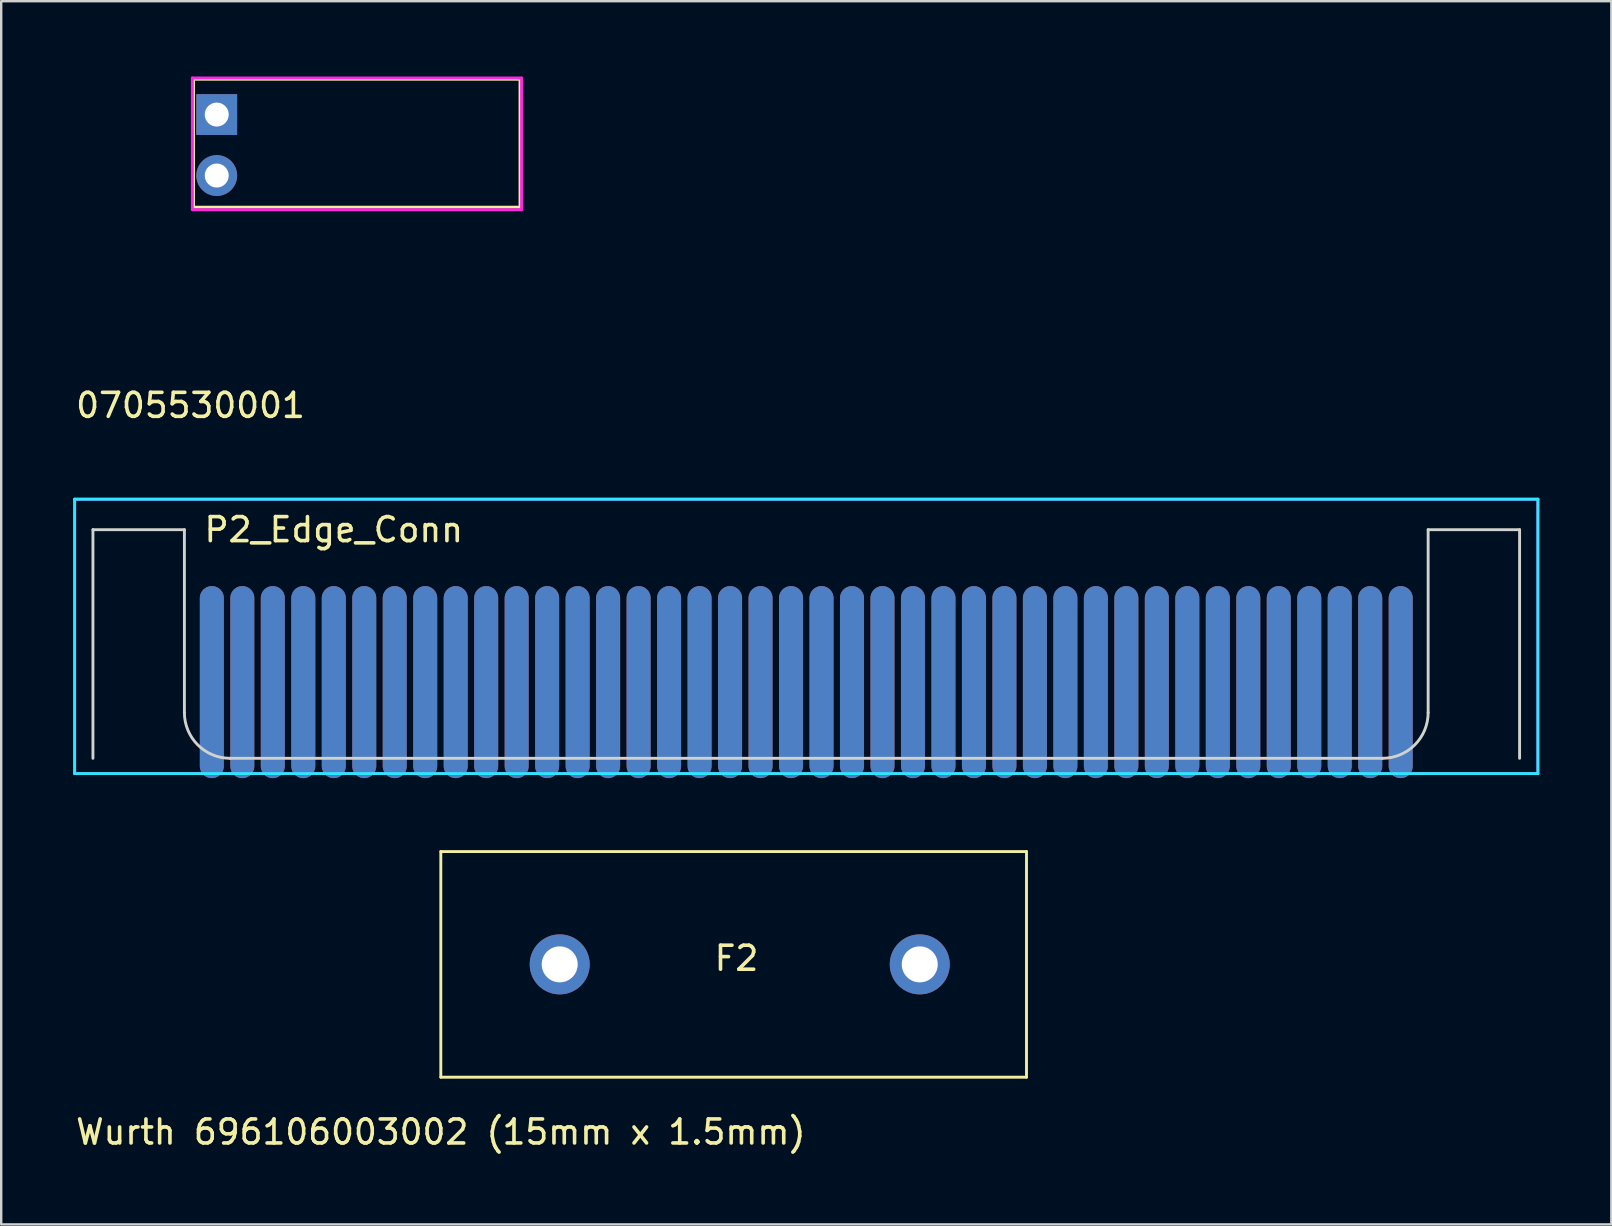
<source format=kicad_pcb>
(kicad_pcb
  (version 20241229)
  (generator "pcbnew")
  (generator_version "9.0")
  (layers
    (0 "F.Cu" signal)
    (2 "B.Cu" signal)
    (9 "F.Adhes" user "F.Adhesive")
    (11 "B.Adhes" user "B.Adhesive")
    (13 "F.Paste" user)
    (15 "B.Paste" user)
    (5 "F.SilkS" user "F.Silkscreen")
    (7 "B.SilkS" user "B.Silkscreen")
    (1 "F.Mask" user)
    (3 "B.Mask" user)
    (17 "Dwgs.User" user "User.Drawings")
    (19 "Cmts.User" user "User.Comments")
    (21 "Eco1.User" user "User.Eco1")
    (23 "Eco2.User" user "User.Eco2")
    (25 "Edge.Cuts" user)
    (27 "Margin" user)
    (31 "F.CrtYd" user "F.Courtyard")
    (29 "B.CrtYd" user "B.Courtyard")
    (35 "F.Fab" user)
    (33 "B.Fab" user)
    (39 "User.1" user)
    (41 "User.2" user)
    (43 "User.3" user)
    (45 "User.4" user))
  (footprint "0705530001"
    (layer "F.Cu")
    (at 5.014 0.25)
    (property "Reference" "0705530001" (at -0.127 13.589 0) (layer "F.SilkS") (effects (font (size 1 1) (thickness 0.15))))
    (attr through_hole)
    (fp_line (start 0 0) (end 0 5.33) (stroke (width 0.12) (type solid)) (layer "F.SilkS"))
    (fp_line (start 0 0) (end 13.6 0) (stroke (width 0.12) (type solid)) (layer "F.SilkS"))
    (fp_line (start 0 5.33) (end 13.6 5.33) (stroke (width 0.12) (type solid)) (layer "F.SilkS"))
    (fp_line (start 13.6 0) (end 13.6 5.33) (stroke (width 0.12) (type solid)) (layer "F.SilkS"))
    (fp_line (start -0.051 -0.051) (end 13.665 -0.051) (stroke (width 0.12) (type solid)) (layer "F.CrtYd"))
    (fp_line (start -0.051 5.436) (end -0.051 -0.051) (stroke (width 0.12) (type solid)) (layer "F.CrtYd"))
    (fp_line (start 13.665 -0.051) (end 13.665 5.436) (stroke (width 0.12) (type solid)) (layer "F.CrtYd"))
    (fp_line (start 13.665 5.436) (end -0.051 5.436) (stroke (width 0.12) (type solid)) (layer "F.CrtYd"))
    (pad "1" thru_hole rect (at 0.965 1.473) (size 1.7 1.7) (drill 1) (layers "*.Cu" "*.Mask"))
    (pad "2" thru_hole oval (at 0.965 4.013) (size 1.7 1.7) (drill 1) (layers "*.Cu" "*.Mask")))
  (footprint "P2_Edge_Conn"
    (layer "F.Cu")
    (at 5.775 25.367)
    (property "Reference" "P2_Edge_Conn" (at 5.08 -6.35 0) (layer "F.SilkS") (effects (font (size 1 1) (thickness 0.15))))
    (attr smd)
    (fp_line (start -4.953 -6.35) (end -4.953 3.175) (stroke (width 0.12) (type solid)) (layer "Edge.Cuts"))
    (fp_line (start -1.143 -6.35) (end -4.953 -6.35) (stroke (width 0.12) (type solid)) (layer "Edge.Cuts"))
    (fp_line (start -1.143 1.27) (end -1.143 -6.35) (stroke (width 0.12) (type solid)) (layer "Edge.Cuts"))
    (fp_line (start 0.762 3.175) (end 48.768 3.175) (stroke (width 0.12) (type solid)) (layer "Edge.Cuts"))
    (fp_line (start 50.673 -6.35) (end 54.483 -6.35) (stroke (width 0.12) (type solid)) (layer "Edge.Cuts"))
    (fp_line (start 50.673 1.27) (end 50.673 -6.35) (stroke (width 0.12) (type solid)) (layer "Edge.Cuts"))
    (fp_line (start 54.483 -6.35) (end 54.483 3.175) (stroke (width 0.12) (type solid)) (layer "Edge.Cuts"))
    (fp_arc (start 0.762 3.175) (mid -0.585038 2.617038) (end -1.143 1.27) (stroke (width 0.12) (type solid)) (layer "Edge.Cuts"))
    (fp_arc (start 50.673 1.27) (mid 50.115038 2.617038) (end 48.768 3.175) (stroke (width 0.12) (type solid)) (layer "Edge.Cuts"))
    (fp_line (start -5.715 -7.62) (end 55.245 -7.62) (stroke (width 0.12) (type solid)) (layer "B.CrtYd"))
    (fp_line (start -5.715 3.81) (end -5.715 -7.62) (stroke (width 0.12) (type solid)) (layer "B.CrtYd"))
    (fp_line (start 55.245 -7.62) (end 55.245 3.81) (stroke (width 0.12) (type solid)) (layer "B.CrtYd"))
    (fp_line (start 55.245 3.81) (end -5.715 3.81) (stroke (width 0.12) (type solid)) (layer "B.CrtYd"))
    (fp_line (start -5.715 -7.62) (end -5.715 3.81) (stroke (width 0.12) (type solid)) (layer "F.CrtYd"))
    (fp_line (start -5.715 3.81) (end 55.245 3.81) (stroke (width 0.12) (type solid)) (layer "F.CrtYd"))
    (fp_line (start 55.245 -7.62) (end -5.715 -7.62) (stroke (width 0.12) (type solid)) (layer "F.CrtYd"))
    (fp_line (start 55.245 -7.62) (end 55.245 3.81) (stroke (width 0.12) (type solid)) (layer "F.CrtYd"))
    (pad "1" smd oval (at 0 0) (size 1 8) (layers "F.Cu" "F.Mask" "F.Paste"))
    (pad "2" smd oval (at 0 0) (size 1 8) (layers "B.Cu" "B.Mask" "B.Paste"))
    (pad "3" smd oval (at 1.27 0) (size 1 8) (layers "F.Cu" "F.Mask" "F.Paste"))
    (pad "4" smd oval (at 1.27 0) (size 1 8) (layers "B.Cu" "B.Mask" "B.Paste"))
    (pad "5" smd oval (at 2.54 0) (size 1 8) (layers "F.Cu" "F.Mask" "F.Paste"))
    (pad "6" smd oval (at 2.54 0) (size 1 8) (layers "B.Cu" "B.Mask" "B.Paste"))
    (pad "7" smd oval (at 3.81 0) (size 1 8) (layers "F.Cu" "F.Mask" "F.Paste"))
    (pad "8" smd oval (at 3.81 0) (size 1 8) (layers "B.Cu" "B.Mask" "B.Paste"))
    (pad "9" smd oval (at 5.08 0) (size 1 8) (layers "F.Cu" "F.Mask" "F.Paste"))
    (pad "10" smd oval (at 5.08 0) (size 1 8) (layers "B.Cu" "B.Mask" "B.Paste"))
    (pad "11" smd oval (at 6.35 0) (size 1 8) (layers "F.Cu" "F.Mask" "F.Paste"))
    (pad "12" smd oval (at 6.35 0) (size 1 8) (layers "B.Cu" "B.Mask" "B.Paste"))
    (pad "13" smd oval (at 7.62 0) (size 1 8) (layers "F.Cu" "F.Mask" "F.Paste"))
    (pad "14" smd oval (at 7.62 0) (size 1 8) (layers "B.Cu" "B.Mask" "B.Paste"))
    (pad "15" smd oval (at 8.89 0) (size 1 8) (layers "F.Cu" "F.Mask" "F.Paste"))
    (pad "16" smd oval (at 8.89 0) (size 1 8) (layers "B.Cu" "B.Mask" "B.Paste"))
    (pad "17" smd oval (at 10.16 0) (size 1 8) (layers "F.Cu" "F.Mask" "F.Paste"))
    (pad "18" smd oval (at 10.16 0) (size 1 8) (layers "B.Cu" "B.Mask" "B.Paste"))
    (pad "19" smd oval (at 11.43 0) (size 1 8) (layers "F.Cu" "F.Mask" "F.Paste"))
    (pad "20" smd oval (at 11.43 0) (size 1 8) (layers "B.Cu" "B.Mask" "B.Paste"))
    (pad "21" smd oval (at 12.7 0) (size 1 8) (layers "F.Cu" "F.Mask" "F.Paste"))
    (pad "22" smd oval (at 12.7 0) (size 1 8) (layers "B.Cu" "B.Mask" "B.Paste"))
    (pad "23" smd oval (at 13.97 0) (size 1 8) (layers "F.Cu" "F.Mask" "F.Paste"))
    (pad "24" smd oval (at 13.97 0) (size 1 8) (layers "B.Cu" "B.Mask" "B.Paste"))
    (pad "25" smd oval (at 15.24 0) (size 1 8) (layers "F.Cu" "F.Mask" "F.Paste"))
    (pad "26" smd oval (at 15.24 0) (size 1 8) (layers "B.Cu" "B.Mask" "B.Paste"))
    (pad "27" smd oval (at 16.51 0) (size 1 8) (layers "F.Cu" "F.Mask" "F.Paste"))
    (pad "28" smd oval (at 16.51 0) (size 1 8) (layers "B.Cu" "B.Mask" "B.Paste"))
    (pad "29" smd oval (at 17.78 0) (size 1 8) (layers "F.Cu" "F.Mask" "F.Paste"))
    (pad "30" smd oval (at 17.78 0) (size 1 8) (layers "B.Cu" "B.Mask" "B.Paste"))
    (pad "31" smd oval (at 19.05 0) (size 1 8) (layers "F.Cu" "F.Mask" "F.Paste"))
    (pad "32" smd oval (at 19.05 0) (size 1 8) (layers "B.Cu" "B.Mask" "B.Paste"))
    (pad "33" smd oval (at 20.32 0) (size 1 8) (layers "F.Cu" "F.Mask" "F.Paste"))
    (pad "34" smd oval (at 20.32 0) (size 1 8) (layers "B.Cu" "B.Mask" "B.Paste"))
    (pad "35" smd oval (at 21.59 0) (size 1 8) (layers "F.Cu" "F.Mask" "F.Paste"))
    (pad "36" smd oval (at 21.59 0) (size 1 8) (layers "B.Cu" "B.Mask" "B.Paste"))
    (pad "37" smd oval (at 22.86 0) (size 1 8) (layers "F.Cu" "F.Mask" "F.Paste"))
    (pad "38" smd oval (at 22.86 0) (size 1 8) (layers "B.Cu" "B.Mask" "B.Paste"))
    (pad "39" smd oval (at 24.13 0) (size 1 8) (layers "F.Cu" "F.Mask" "F.Paste"))
    (pad "40" smd oval (at 24.13 0) (size 1 8) (layers "B.Cu" "B.Mask" "B.Paste"))
    (pad "41" smd oval (at 25.4 0) (size 1 8) (layers "F.Cu" "F.Mask" "F.Paste"))
    (pad "42" smd oval (at 25.4 0) (size 1 8) (layers "B.Cu" "B.Mask" "B.Paste"))
    (pad "43" smd oval (at 26.67 0) (size 1 8) (layers "F.Cu" "F.Mask" "F.Paste"))
    (pad "44" smd oval (at 26.67 0) (size 1 8) (layers "B.Cu" "B.Mask" "B.Paste"))
    (pad "45" smd oval (at 27.94 0) (size 1 8) (layers "F.Cu" "F.Mask" "F.Paste"))
    (pad "46" smd oval (at 27.94 0) (size 1 8) (layers "B.Cu" "B.Mask" "B.Paste"))
    (pad "47" smd oval (at 29.21 0) (size 1 8) (layers "F.Cu" "F.Mask" "F.Paste"))
    (pad "48" smd oval (at 29.21 0) (size 1 8) (layers "B.Cu" "B.Mask" "B.Paste"))
    (pad "49" smd oval (at 30.48 0) (size 1 8) (layers "F.Cu" "F.Mask" "F.Paste"))
    (pad "50" smd oval (at 30.48 0) (size 1 8) (layers "B.Cu" "B.Mask" "B.Paste"))
    (pad "51" smd oval (at 31.75 0) (size 1 8) (layers "F.Cu" "F.Mask" "F.Paste"))
    (pad "52" smd oval (at 31.75 0) (size 1 8) (layers "B.Cu" "B.Mask" "B.Paste"))
    (pad "53" smd oval (at 33.02 0) (size 1 8) (layers "F.Cu" "F.Mask" "F.Paste"))
    (pad "54" smd oval (at 33.02 0) (size 1 8) (layers "B.Cu" "B.Mask" "B.Paste"))
    (pad "55" smd oval (at 34.29 0) (size 1 8) (layers "F.Cu" "F.Mask" "F.Paste"))
    (pad "56" smd oval (at 34.29 0) (size 1 8) (layers "B.Cu" "B.Mask" "B.Paste"))
    (pad "57" smd oval (at 35.56 0) (size 1 8) (layers "F.Cu" "F.Mask" "F.Paste"))
    (pad "58" smd oval (at 35.56 0) (size 1 8) (layers "B.Cu" "B.Mask" "B.Paste"))
    (pad "59" smd oval (at 36.83 0) (size 1 8) (layers "F.Cu" "F.Mask" "F.Paste"))
    (pad "60" smd oval (at 36.83 0) (size 1 8) (layers "B.Cu" "B.Mask" "B.Paste"))
    (pad "61" smd oval (at 38.1 0) (size 1 8) (layers "F.Cu" "F.Mask" "F.Paste"))
    (pad "62" smd oval (at 38.1 0) (size 1 8) (layers "B.Cu" "B.Mask" "B.Paste"))
    (pad "63" smd oval (at 39.37 0) (size 1 8) (layers "F.Cu" "F.Mask" "F.Paste"))
    (pad "64" smd oval (at 39.37 0) (size 1 8) (layers "B.Cu" "B.Mask" "B.Paste"))
    (pad "65" smd oval (at 40.64 0) (size 1 8) (layers "F.Cu" "F.Mask" "F.Paste"))
    (pad "66" smd oval (at 40.64 0) (size 1 8) (layers "B.Cu" "B.Mask" "B.Paste"))
    (pad "67" smd oval (at 41.91 0) (size 1 8) (layers "F.Cu" "F.Mask" "F.Paste"))
    (pad "68" smd oval (at 41.91 0) (size 1 8) (layers "B.Cu" "B.Mask" "B.Paste"))
    (pad "69" smd oval (at 43.18 0) (size 1 8) (layers "F.Cu" "F.Mask" "F.Paste"))
    (pad "70" smd oval (at 43.18 0) (size 1 8) (layers "B.Cu" "B.Mask" "B.Paste"))
    (pad "71" smd oval (at 44.45 0) (size 1 8) (layers "F.Cu" "F.Mask" "F.Paste"))
    (pad "72" smd oval (at 44.45 0) (size 1 8) (layers "B.Cu" "B.Mask" "B.Paste"))
    (pad "73" smd oval (at 45.72 0) (size 1 8) (layers "F.Cu" "F.Mask" "F.Paste"))
    (pad "74" smd oval (at 45.72 0) (size 1 8) (layers "B.Cu" "B.Mask" "B.Paste"))
    (pad "75" smd oval (at 46.99 0) (size 1 8) (layers "F.Cu" "F.Mask" "F.Paste"))
    (pad "76" smd oval (at 46.99 0) (size 1 8) (layers "B.Cu" "B.Mask" "B.Paste"))
    (pad "77" smd oval (at 48.26 0) (size 1 8) (layers "F.Cu" "F.Mask" "F.Paste"))
    (pad "78" smd oval (at 48.26 0) (size 1 8) (layers "B.Cu" "B.Mask" "B.Paste"))
    (pad "79" smd oval (at 49.53 0) (size 1 8) (layers "F.Cu" "F.Mask" "F.Paste"))
    (pad "80" smd oval (at 49.53 0) (size 1 8) (layers "B.Cu" "B.Mask" "B.Paste")))
  (footprint "Wurth 696106003002 (15mm x 1.5mm)"
    (layer "F.Cu")
    (at 15.315 37.127)
    (property "Reference" "Wurth 696106003002 (15mm x 1.5mm)" (at 0 6.985 0) (layer "F.SilkS") (effects (font (size 1 1) (thickness 0.15))))
    (attr through_hole)
    (fp_line (start 0 -4.7) (end 24.4 -4.7) (stroke (width 0.12) (type solid)) (layer "F.SilkS"))
    (fp_line (start 0 4.7) (end 0 -4.7) (stroke (width 0.12) (type solid)) (layer "F.SilkS"))
    (fp_line (start 24.4 -4.7) (end 24.4 4.7) (stroke (width 0.12) (type solid)) (layer "F.SilkS"))
    (fp_line (start 24.4 4.7) (end 0 4.7) (stroke (width 0.12) (type solid)) (layer "F.SilkS"))
    (fp_text user "F2" (at 12.319 -0.254 180) (layer "F.SilkS") (effects (font (size 1 1) (thickness 0.15))))
    (pad "1" thru_hole circle (at 19.953 0) (size 2.5 2.5) (drill 1.5) (layers "*.Cu" "*.Mask"))
    (pad "2" thru_hole circle (at 4.953 0) (size 2.5 2.5) (drill 1.5) (layers "*.Cu" "*.Mask")))
  (gr_rect
    (start -3 -3)
    (end 64.08 47.961)
    (stroke (width 0.1) (type default))
    (fill no)
    (layer "Edge.Cuts")))
</source>
